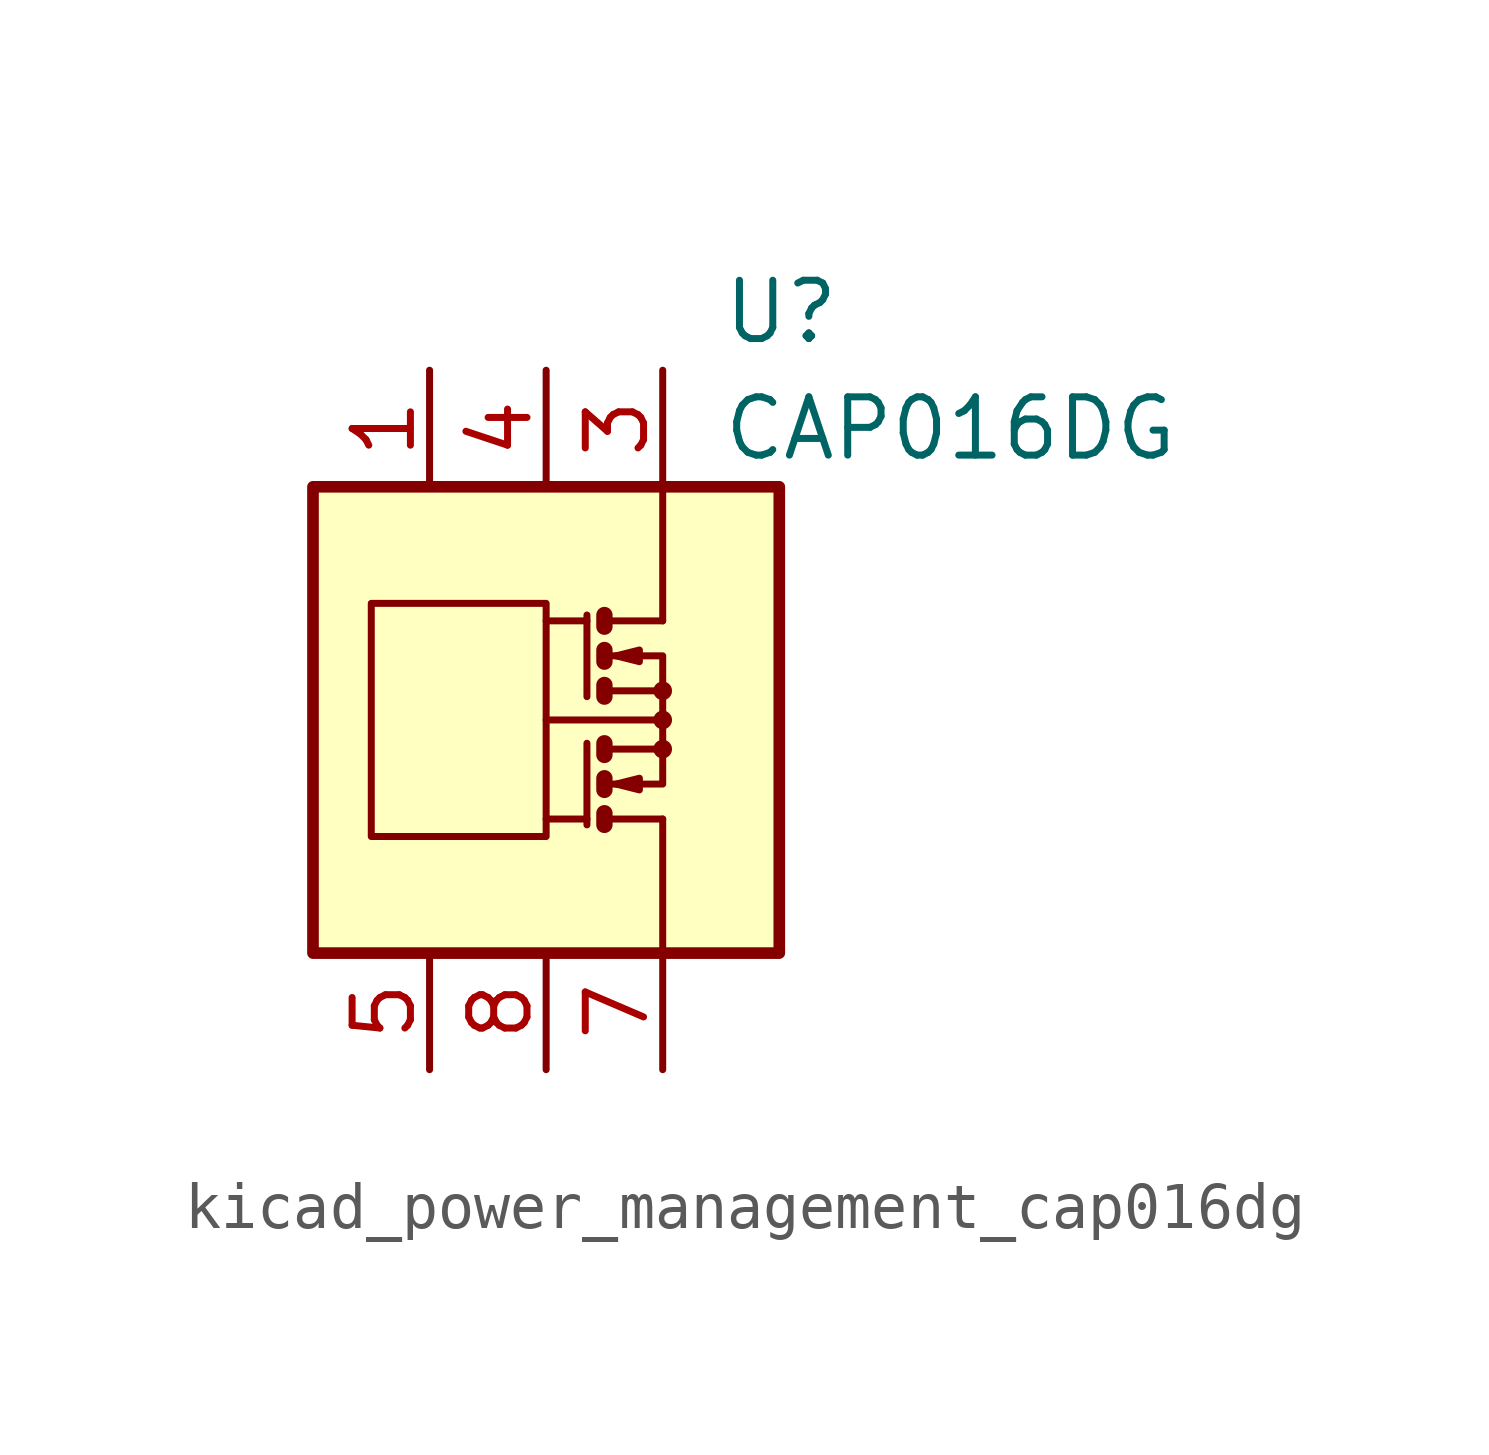
<source format=kicad_sym>
(kicad_symbol_lib
  (version 20220914)
  (generator kicad_symbol_editor)
  (symbol "kicad_power_management_cap016dg"
    (pin_names
      (offset 1.27))
    (property "Reference" "U"
      (at 3.81 8.89 0)
      (effects (font (size 1.27 1.27)) (justify left)))
    (property "Value" "CAP016DG"
      (at 3.81 6.35 0)
      (effects (font (size 1.27 1.27)) (justify left)))
    (symbol "kicad_power_management_cap016dg_0_1"
      (rectangle (start -5.08 5.08) (end 5.08 -5.08) (stroke (width 0.254) (type default)) (fill (type background)))
      (rectangle (start -3.81 2.54) (end 0 -2.54) (stroke (width 0) (type default)) (fill (type none)))
      (polyline (pts (xy 0.889 -2.159) (xy 0 -2.159)) (stroke (width 0) (type default)) (fill (type none)))
      (polyline (pts (xy 0.889 -0.508) (xy 0.889 -2.286)) (stroke (width 0) (type default)) (fill (type none)))
      (polyline (pts (xy 0.889 2.159) (xy 0 2.159)) (stroke (width 0) (type default)) (fill (type none)))
      (polyline (pts (xy 0.889 2.286) (xy 0.889 0.508)) (stroke (width 0) (type default)) (fill (type none)))
      (polyline (pts (xy 1.27 -2.159) (xy 2.54 -2.159)) (stroke (width 0) (type default)) (fill (type none)))
      (polyline (pts (xy 1.27 2.159) (xy 2.54 2.159)) (stroke (width 0) (type default)) (fill (type none)))
      (polyline (pts (xy 2.413 0) (xy 0 0)) (stroke (width 0) (type default)) (fill (type none)))
      (polyline (pts (xy 2.54 -2.159) (xy 2.54 -5.08)) (stroke (width 0) (type default)) (fill (type none)))
      (polyline (pts (xy 1.27 -2.032) (xy 1.27 -2.286) (xy 1.27 -2.286)) (stroke (width 0.356) (type default)) (fill (type none)))
      (polyline (pts (xy 1.27 -1.27) (xy 1.27 -1.524) (xy 1.27 -1.524)) (stroke (width 0.356) (type default)) (fill (type none)))
      (polyline (pts (xy 1.27 0.762) (xy 1.27 0.508) (xy 1.27 0.508)) (stroke (width 0.356) (type default)) (fill (type none)))
      (polyline (pts (xy 1.27 1.524) (xy 1.27 1.27) (xy 1.27 1.27)) (stroke (width 0.356) (type default)) (fill (type none)))
      (polyline (pts (xy 1.27 2.286) (xy 1.27 2.032) (xy 1.27 2.032)) (stroke (width 0.356) (type default)) (fill (type none)))
      (polyline (pts (xy 1.397 -1.397) (xy 2.54 -1.397) (xy 2.54 -0.635)) (stroke (width 0) (type default)) (fill (type none)))
      (polyline (pts (xy 1.397 1.397) (xy 2.54 1.397) (xy 2.54 0.635)) (stroke (width 0) (type default)) (fill (type none)))
      (polyline (pts (xy 2.54 2.159) (xy 2.54 5.08) (xy 2.54 3.175)) (stroke (width 0) (type default)) (fill (type none)))
      (polyline (pts (xy 1.397 -0.635) (xy 2.54 -0.635) (xy 2.54 0.635) (xy 1.397 0.635)) (stroke (width 0) (type default)) (fill (type none)))
      (polyline (pts (xy 1.524 -1.397) (xy 2.032 -1.27) (xy 2.032 -1.524) (xy 1.524 -1.397)) (stroke (width 0) (type default)) (fill (type none)))
      (polyline (pts (xy 1.524 1.397) (xy 2.032 1.524) (xy 2.032 1.27) (xy 1.524 1.397)) (stroke (width 0) (type default)) (fill (type none)))
      (circle (center 2.54 -0.635) (radius 0.127) (stroke (width 0) (type default)) (fill (type none)))
      (circle (center 2.54 0) (radius 0.127) (stroke (width 0) (type default)) (fill (type none)))
      (circle (center 2.54 0.635) (radius 0.127) (stroke (width 0) (type default)) (fill (type none))))
    (symbol "kicad_power_management_cap016dg_1_1"
      (polyline (pts (xy 1.27 -0.508) (xy 1.27 -0.762)) (stroke (width 0.356) (type default)) (fill (type none)))
      (pin passive line (at -2.54 7.62 270) (length 2.54) (name "~" (effects (font (size 1.27 1.27)))) (number "1" (effects (font (size 1.27 1.27)))))
      (pin passive line (at 2.54 7.62 270) (length 2.54) hide (name "~" (effects (font (size 1.27 1.27)))) (number "2" (effects (font (size 1.27 1.27)))))
      (pin passive line (at 2.54 7.62 270) (length 2.54) (name "~" (effects (font (size 1.27 1.27)))) (number "3" (effects (font (size 1.27 1.27)))))
      (pin passive line (at 0 7.62 270) (length 2.54) (name "~" (effects (font (size 1.27 1.27)))) (number "4" (effects (font (size 1.27 1.27)))))
      (pin passive line (at -2.54 -7.62 90) (length 2.54) (name "~" (effects (font (size 1.27 1.27)))) (number "5" (effects (font (size 1.27 1.27)))))
      (pin passive line (at 2.54 -7.62 90) (length 2.54) hide (name "~" (effects (font (size 1.27 1.27)))) (number "6" (effects (font (size 1.27 1.27)))))
      (pin passive line (at 2.54 -7.62 90) (length 2.54) (name "~" (effects (font (size 1.27 1.27)))) (number "7" (effects (font (size 1.27 1.27)))))
      (pin passive line (at 0 -7.62 90) (length 2.54) (name "~" (effects (font (size 1.27 1.27)))) (number "8" (effects (font (size 1.27 1.27))))))))
</source>
